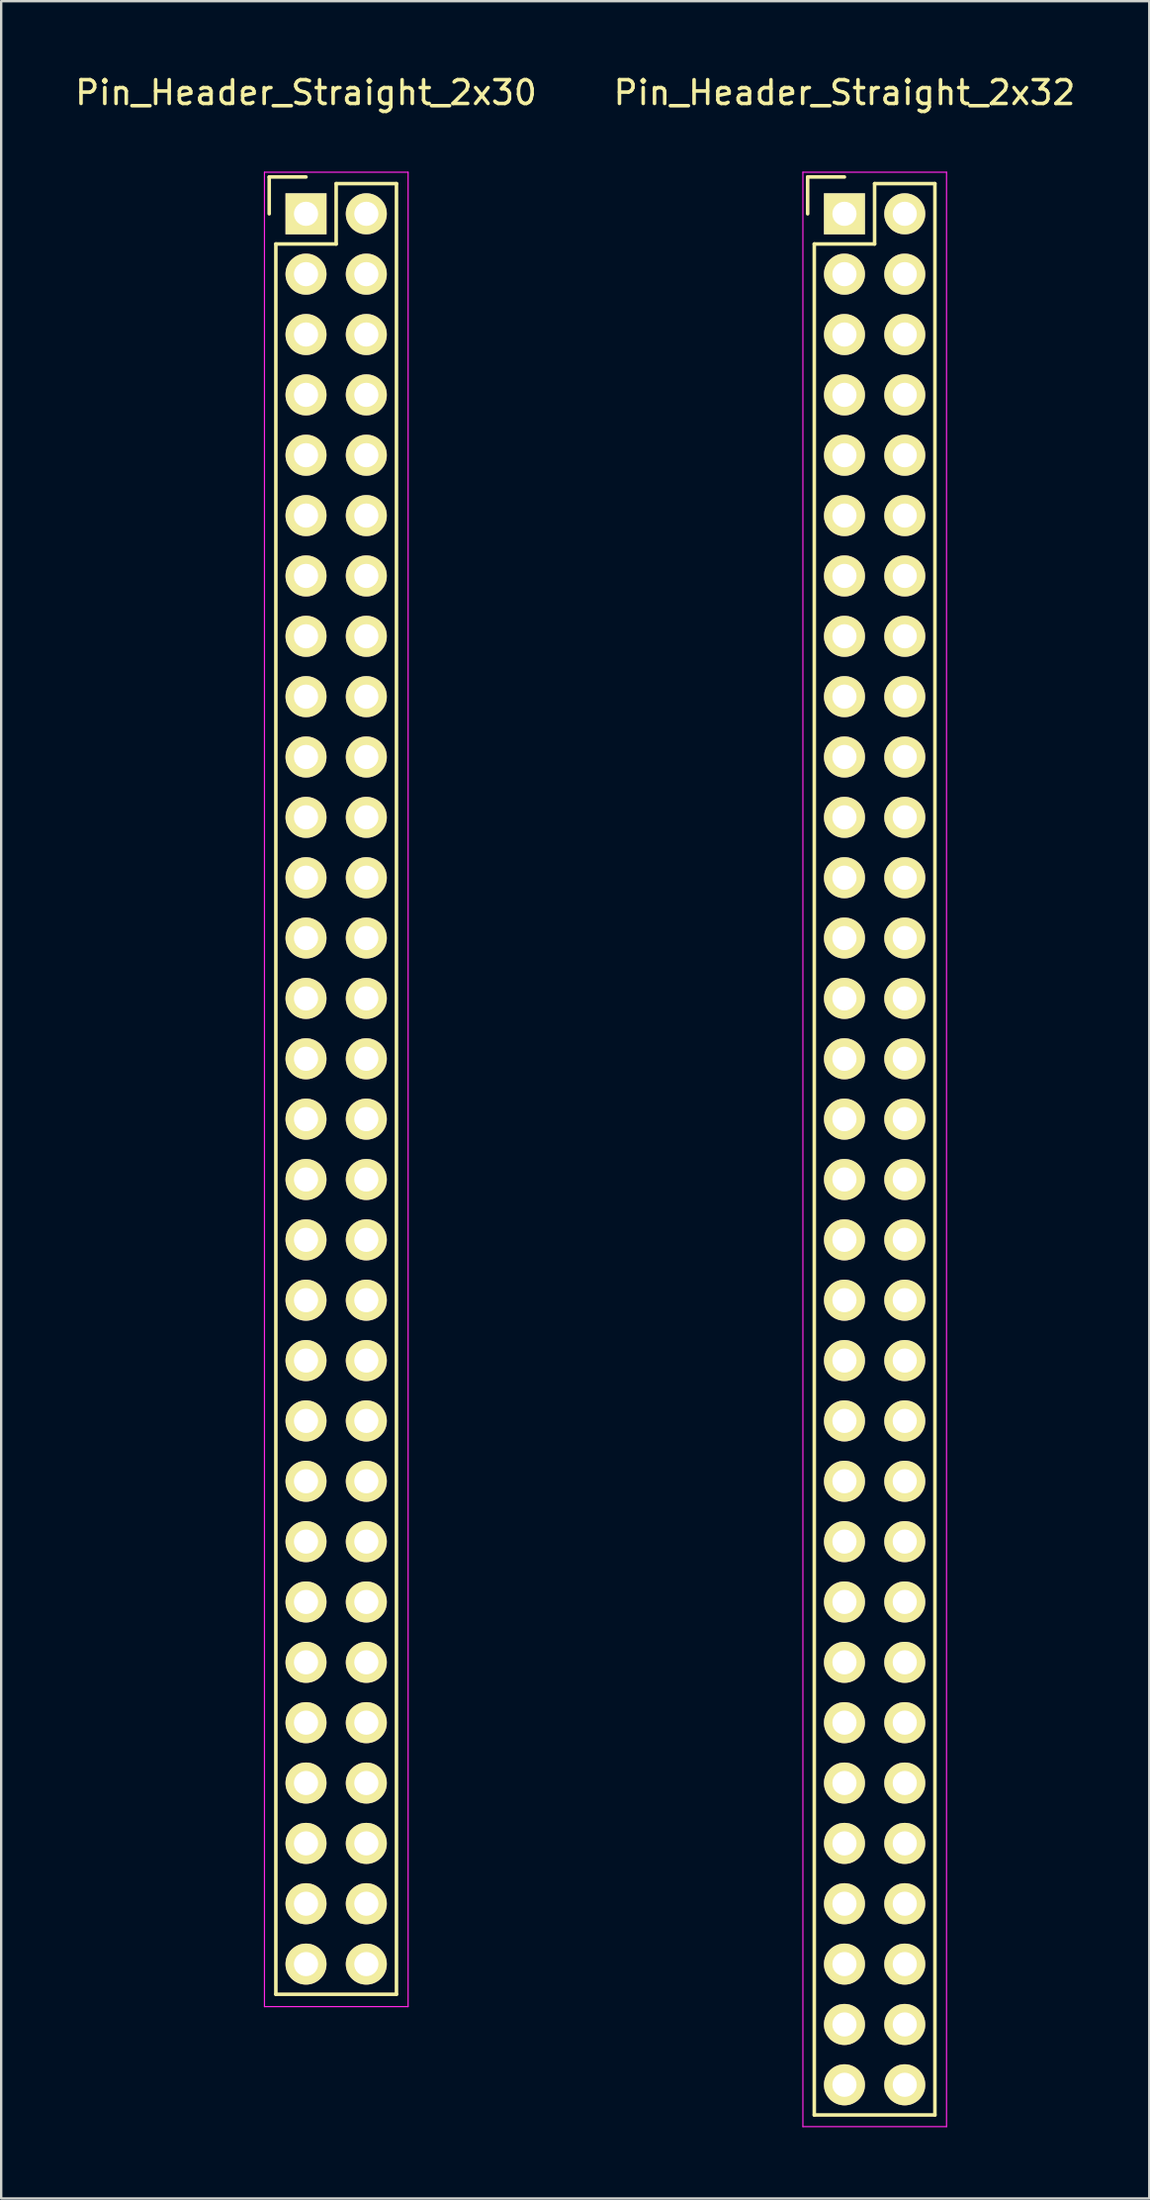
<source format=kicad_pcb>
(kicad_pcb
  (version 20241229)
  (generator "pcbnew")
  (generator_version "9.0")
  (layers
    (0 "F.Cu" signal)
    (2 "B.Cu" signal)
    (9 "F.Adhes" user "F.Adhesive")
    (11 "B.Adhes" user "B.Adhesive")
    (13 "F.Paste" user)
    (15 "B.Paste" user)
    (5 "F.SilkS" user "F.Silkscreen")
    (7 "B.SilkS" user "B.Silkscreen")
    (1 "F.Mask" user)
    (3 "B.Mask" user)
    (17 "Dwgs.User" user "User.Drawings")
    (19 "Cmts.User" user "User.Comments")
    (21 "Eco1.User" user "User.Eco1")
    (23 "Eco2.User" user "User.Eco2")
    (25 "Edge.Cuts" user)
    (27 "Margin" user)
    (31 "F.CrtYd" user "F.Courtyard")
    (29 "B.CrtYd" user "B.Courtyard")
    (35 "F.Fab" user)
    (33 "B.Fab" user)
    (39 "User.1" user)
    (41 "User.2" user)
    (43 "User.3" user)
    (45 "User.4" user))
  (footprint "Pin_Header_Straight_2x30"
    (layer "F.Cu")
    (at 9.839 5.948)
    (property "Reference" "Pin_Header_Straight_2x30" (at 0 -5.1 0) (layer "F.SilkS") (effects (font (size 1 1) (thickness 0.15))))
    (attr through_hole)
    (fp_line (start -1.55 -1.55) (end -1.55 0) (stroke (width 0.15) (type solid)) (layer "F.SilkS"))
    (fp_line (start -1.27 74.93) (end -1.27 1.27) (stroke (width 0.15) (type solid)) (layer "F.SilkS"))
    (fp_line (start 0 -1.55) (end -1.55 -1.55) (stroke (width 0.15) (type solid)) (layer "F.SilkS"))
    (fp_line (start 1.27 -1.27) (end 1.27 1.27) (stroke (width 0.15) (type solid)) (layer "F.SilkS"))
    (fp_line (start 1.27 1.27) (end -1.27 1.27) (stroke (width 0.15) (type solid)) (layer "F.SilkS"))
    (fp_line (start 3.81 -1.27) (end 1.27 -1.27) (stroke (width 0.15) (type solid)) (layer "F.SilkS"))
    (fp_line (start 3.81 -1.27) (end 3.81 74.93) (stroke (width 0.15) (type solid)) (layer "F.SilkS"))
    (fp_line (start 3.81 74.93) (end -1.27 74.93) (stroke (width 0.15) (type solid)) (layer "F.SilkS"))
    (fp_line (start -1.75 -1.75) (end -1.75 75.45) (stroke (width 0.05) (type solid)) (layer "F.CrtYd"))
    (fp_line (start -1.75 -1.75) (end 4.3 -1.75) (stroke (width 0.05) (type solid)) (layer "F.CrtYd"))
    (fp_line (start -1.75 75.45) (end 4.3 75.45) (stroke (width 0.05) (type solid)) (layer "F.CrtYd"))
    (fp_line (start 4.3 -1.75) (end 4.3 75.45) (stroke (width 0.05) (type solid)) (layer "F.CrtYd"))
    (pad "1" thru_hole rect (at 0 0) (size 1.727 1.727) (drill 1.016) (layers "*.Cu" "*.Mask" "F.SilkS"))
    (pad "2" thru_hole oval (at 2.54 0) (size 1.727 1.727) (drill 1.016) (layers "*.Cu" "*.Mask" "F.SilkS"))
    (pad "3" thru_hole oval (at 0 2.54) (size 1.727 1.727) (drill 1.016) (layers "*.Cu" "*.Mask" "F.SilkS"))
    (pad "4" thru_hole oval (at 2.54 2.54) (size 1.727 1.727) (drill 1.016) (layers "*.Cu" "*.Mask" "F.SilkS"))
    (pad "5" thru_hole oval (at 0 5.08) (size 1.727 1.727) (drill 1.016) (layers "*.Cu" "*.Mask" "F.SilkS"))
    (pad "6" thru_hole oval (at 2.54 5.08) (size 1.727 1.727) (drill 1.016) (layers "*.Cu" "*.Mask" "F.SilkS"))
    (pad "7" thru_hole oval (at 0 7.62) (size 1.727 1.727) (drill 1.016) (layers "*.Cu" "*.Mask" "F.SilkS"))
    (pad "8" thru_hole oval (at 2.54 7.62) (size 1.727 1.727) (drill 1.016) (layers "*.Cu" "*.Mask" "F.SilkS"))
    (pad "9" thru_hole oval (at 0 10.16) (size 1.727 1.727) (drill 1.016) (layers "*.Cu" "*.Mask" "F.SilkS"))
    (pad "10" thru_hole oval (at 2.54 10.16) (size 1.727 1.727) (drill 1.016) (layers "*.Cu" "*.Mask" "F.SilkS"))
    (pad "11" thru_hole oval (at 0 12.7) (size 1.727 1.727) (drill 1.016) (layers "*.Cu" "*.Mask" "F.SilkS"))
    (pad "12" thru_hole oval (at 2.54 12.7) (size 1.727 1.727) (drill 1.016) (layers "*.Cu" "*.Mask" "F.SilkS"))
    (pad "13" thru_hole oval (at 0 15.24) (size 1.727 1.727) (drill 1.016) (layers "*.Cu" "*.Mask" "F.SilkS"))
    (pad "14" thru_hole oval (at 2.54 15.24) (size 1.727 1.727) (drill 1.016) (layers "*.Cu" "*.Mask" "F.SilkS"))
    (pad "15" thru_hole oval (at 0 17.78) (size 1.727 1.727) (drill 1.016) (layers "*.Cu" "*.Mask" "F.SilkS"))
    (pad "16" thru_hole oval (at 2.54 17.78) (size 1.727 1.727) (drill 1.016) (layers "*.Cu" "*.Mask" "F.SilkS"))
    (pad "17" thru_hole oval (at 0 20.32) (size 1.727 1.727) (drill 1.016) (layers "*.Cu" "*.Mask" "F.SilkS"))
    (pad "18" thru_hole oval (at 2.54 20.32) (size 1.727 1.727) (drill 1.016) (layers "*.Cu" "*.Mask" "F.SilkS"))
    (pad "19" thru_hole oval (at 0 22.86) (size 1.727 1.727) (drill 1.016) (layers "*.Cu" "*.Mask" "F.SilkS"))
    (pad "20" thru_hole oval (at 2.54 22.86) (size 1.727 1.727) (drill 1.016) (layers "*.Cu" "*.Mask" "F.SilkS"))
    (pad "21" thru_hole oval (at 0 25.4) (size 1.727 1.727) (drill 1.016) (layers "*.Cu" "*.Mask" "F.SilkS"))
    (pad "22" thru_hole oval (at 2.54 25.4) (size 1.727 1.727) (drill 1.016) (layers "*.Cu" "*.Mask" "F.SilkS"))
    (pad "23" thru_hole oval (at 0 27.94) (size 1.727 1.727) (drill 1.016) (layers "*.Cu" "*.Mask" "F.SilkS"))
    (pad "24" thru_hole oval (at 2.54 27.94) (size 1.727 1.727) (drill 1.016) (layers "*.Cu" "*.Mask" "F.SilkS"))
    (pad "25" thru_hole oval (at 0 30.48) (size 1.727 1.727) (drill 1.016) (layers "*.Cu" "*.Mask" "F.SilkS"))
    (pad "26" thru_hole oval (at 2.54 30.48) (size 1.727 1.727) (drill 1.016) (layers "*.Cu" "*.Mask" "F.SilkS"))
    (pad "27" thru_hole oval (at 0 33.02) (size 1.727 1.727) (drill 1.016) (layers "*.Cu" "*.Mask" "F.SilkS"))
    (pad "28" thru_hole oval (at 2.54 33.02) (size 1.727 1.727) (drill 1.016) (layers "*.Cu" "*.Mask" "F.SilkS"))
    (pad "29" thru_hole oval (at 0 35.56) (size 1.727 1.727) (drill 1.016) (layers "*.Cu" "*.Mask" "F.SilkS"))
    (pad "30" thru_hole oval (at 2.54 35.56) (size 1.727 1.727) (drill 1.016) (layers "*.Cu" "*.Mask" "F.SilkS"))
    (pad "31" thru_hole oval (at 0 38.1) (size 1.727 1.727) (drill 1.016) (layers "*.Cu" "*.Mask" "F.SilkS"))
    (pad "32" thru_hole oval (at 2.54 38.1) (size 1.727 1.727) (drill 1.016) (layers "*.Cu" "*.Mask" "F.SilkS"))
    (pad "33" thru_hole oval (at 0 40.64) (size 1.727 1.727) (drill 1.016) (layers "*.Cu" "*.Mask" "F.SilkS"))
    (pad "34" thru_hole oval (at 2.54 40.64) (size 1.727 1.727) (drill 1.016) (layers "*.Cu" "*.Mask" "F.SilkS"))
    (pad "35" thru_hole oval (at 0 43.18) (size 1.727 1.727) (drill 1.016) (layers "*.Cu" "*.Mask" "F.SilkS"))
    (pad "36" thru_hole oval (at 2.54 43.18) (size 1.727 1.727) (drill 1.016) (layers "*.Cu" "*.Mask" "F.SilkS"))
    (pad "37" thru_hole oval (at 0 45.72) (size 1.727 1.727) (drill 1.016) (layers "*.Cu" "*.Mask" "F.SilkS"))
    (pad "38" thru_hole oval (at 2.54 45.72) (size 1.727 1.727) (drill 1.016) (layers "*.Cu" "*.Mask" "F.SilkS"))
    (pad "39" thru_hole oval (at 0 48.26) (size 1.727 1.727) (drill 1.016) (layers "*.Cu" "*.Mask" "F.SilkS"))
    (pad "40" thru_hole oval (at 2.54 48.26) (size 1.727 1.727) (drill 1.016) (layers "*.Cu" "*.Mask" "F.SilkS"))
    (pad "41" thru_hole oval (at 0 50.8) (size 1.727 1.727) (drill 1.016) (layers "*.Cu" "*.Mask" "F.SilkS"))
    (pad "42" thru_hole oval (at 2.54 50.8) (size 1.727 1.727) (drill 1.016) (layers "*.Cu" "*.Mask" "F.SilkS"))
    (pad "43" thru_hole oval (at 0 53.34) (size 1.727 1.727) (drill 1.016) (layers "*.Cu" "*.Mask" "F.SilkS"))
    (pad "44" thru_hole oval (at 2.54 53.34) (size 1.727 1.727) (drill 1.016) (layers "*.Cu" "*.Mask" "F.SilkS"))
    (pad "45" thru_hole oval (at 0 55.88) (size 1.727 1.727) (drill 1.016) (layers "*.Cu" "*.Mask" "F.SilkS"))
    (pad "46" thru_hole oval (at 2.54 55.88) (size 1.727 1.727) (drill 1.016) (layers "*.Cu" "*.Mask" "F.SilkS"))
    (pad "47" thru_hole oval (at 0 58.42) (size 1.727 1.727) (drill 1.016) (layers "*.Cu" "*.Mask" "F.SilkS"))
    (pad "48" thru_hole oval (at 2.54 58.42) (size 1.727 1.727) (drill 1.016) (layers "*.Cu" "*.Mask" "F.SilkS"))
    (pad "49" thru_hole oval (at 0 60.96) (size 1.727 1.727) (drill 1.016) (layers "*.Cu" "*.Mask" "F.SilkS"))
    (pad "50" thru_hole oval (at 2.54 60.96) (size 1.727 1.727) (drill 1.016) (layers "*.Cu" "*.Mask" "F.SilkS"))
    (pad "51" thru_hole oval (at 0 63.5) (size 1.727 1.727) (drill 1.016) (layers "*.Cu" "*.Mask" "F.SilkS"))
    (pad "52" thru_hole oval (at 2.54 63.5) (size 1.727 1.727) (drill 1.016) (layers "*.Cu" "*.Mask" "F.SilkS"))
    (pad "53" thru_hole oval (at 0 66.04) (size 1.727 1.727) (drill 1.016) (layers "*.Cu" "*.Mask" "F.SilkS"))
    (pad "54" thru_hole oval (at 2.54 66.04) (size 1.727 1.727) (drill 1.016) (layers "*.Cu" "*.Mask" "F.SilkS"))
    (pad "55" thru_hole oval (at 0 68.58) (size 1.727 1.727) (drill 1.016) (layers "*.Cu" "*.Mask" "F.SilkS"))
    (pad "56" thru_hole oval (at 2.54 68.58) (size 1.727 1.727) (drill 1.016) (layers "*.Cu" "*.Mask" "F.SilkS"))
    (pad "57" thru_hole oval (at 0 71.12) (size 1.727 1.727) (drill 1.016) (layers "*.Cu" "*.Mask" "F.SilkS"))
    (pad "58" thru_hole oval (at 2.54 71.12) (size 1.727 1.727) (drill 1.016) (layers "*.Cu" "*.Mask" "F.SilkS"))
    (pad "59" thru_hole oval (at 0 73.66) (size 1.727 1.727) (drill 1.016) (layers "*.Cu" "*.Mask" "F.SilkS"))
    (pad "60" thru_hole oval (at 2.54 73.66) (size 1.727 1.727) (drill 1.016) (layers "*.Cu" "*.Mask" "F.SilkS")))
  (footprint "Pin_Header_Straight_2x32"
    (layer "F.Cu")
    (at 32.518 5.948)
    (property "Reference" "Pin_Header_Straight_2x32" (at 0 -5.1 0) (layer "F.SilkS") (effects (font (size 1 1) (thickness 0.15))))
    (attr through_hole)
    (fp_line (start -1.55 -1.55) (end -1.55 0) (stroke (width 0.15) (type solid)) (layer "F.SilkS"))
    (fp_line (start -1.27 1.27) (end -1.27 80.01) (stroke (width 0.15) (type solid)) (layer "F.SilkS"))
    (fp_line (start 0 -1.55) (end -1.55 -1.55) (stroke (width 0.15) (type solid)) (layer "F.SilkS"))
    (fp_line (start 1.27 -1.27) (end 1.27 1.27) (stroke (width 0.15) (type solid)) (layer "F.SilkS"))
    (fp_line (start 1.27 1.27) (end -1.27 1.27) (stroke (width 0.15) (type solid)) (layer "F.SilkS"))
    (fp_line (start 3.81 -1.27) (end 1.27 -1.27) (stroke (width 0.15) (type solid)) (layer "F.SilkS"))
    (fp_line (start 3.81 80.01) (end -1.27 80.01) (stroke (width 0.15) (type solid)) (layer "F.SilkS"))
    (fp_line (start 3.81 80.01) (end 3.81 -1.27) (stroke (width 0.15) (type solid)) (layer "F.SilkS"))
    (fp_line (start -1.75 -1.75) (end -1.75 80.5) (stroke (width 0.05) (type solid)) (layer "F.CrtYd"))
    (fp_line (start -1.75 -1.75) (end 4.3 -1.75) (stroke (width 0.05) (type solid)) (layer "F.CrtYd"))
    (fp_line (start -1.75 80.5) (end 4.3 80.5) (stroke (width 0.05) (type solid)) (layer "F.CrtYd"))
    (fp_line (start 4.3 -1.75) (end 4.3 80.5) (stroke (width 0.05) (type solid)) (layer "F.CrtYd"))
    (pad "1" thru_hole rect (at 0 0) (size 1.727 1.727) (drill 1.016) (layers "*.Cu" "*.Mask" "F.SilkS"))
    (pad "2" thru_hole oval (at 2.54 0) (size 1.727 1.727) (drill 1.016) (layers "*.Cu" "*.Mask" "F.SilkS"))
    (pad "3" thru_hole oval (at 0 2.54) (size 1.727 1.727) (drill 1.016) (layers "*.Cu" "*.Mask" "F.SilkS"))
    (pad "4" thru_hole oval (at 2.54 2.54) (size 1.727 1.727) (drill 1.016) (layers "*.Cu" "*.Mask" "F.SilkS"))
    (pad "5" thru_hole oval (at 0 5.08) (size 1.727 1.727) (drill 1.016) (layers "*.Cu" "*.Mask" "F.SilkS"))
    (pad "6" thru_hole oval (at 2.54 5.08) (size 1.727 1.727) (drill 1.016) (layers "*.Cu" "*.Mask" "F.SilkS"))
    (pad "7" thru_hole oval (at 0 7.62) (size 1.727 1.727) (drill 1.016) (layers "*.Cu" "*.Mask" "F.SilkS"))
    (pad "8" thru_hole oval (at 2.54 7.62) (size 1.727 1.727) (drill 1.016) (layers "*.Cu" "*.Mask" "F.SilkS"))
    (pad "9" thru_hole oval (at 0 10.16) (size 1.727 1.727) (drill 1.016) (layers "*.Cu" "*.Mask" "F.SilkS"))
    (pad "10" thru_hole oval (at 2.54 10.16) (size 1.727 1.727) (drill 1.016) (layers "*.Cu" "*.Mask" "F.SilkS"))
    (pad "11" thru_hole oval (at 0 12.7) (size 1.727 1.727) (drill 1.016) (layers "*.Cu" "*.Mask" "F.SilkS"))
    (pad "12" thru_hole oval (at 2.54 12.7) (size 1.727 1.727) (drill 1.016) (layers "*.Cu" "*.Mask" "F.SilkS"))
    (pad "13" thru_hole oval (at 0 15.24) (size 1.727 1.727) (drill 1.016) (layers "*.Cu" "*.Mask" "F.SilkS"))
    (pad "14" thru_hole oval (at 2.54 15.24) (size 1.727 1.727) (drill 1.016) (layers "*.Cu" "*.Mask" "F.SilkS"))
    (pad "15" thru_hole oval (at 0 17.78) (size 1.727 1.727) (drill 1.016) (layers "*.Cu" "*.Mask" "F.SilkS"))
    (pad "16" thru_hole oval (at 2.54 17.78) (size 1.727 1.727) (drill 1.016) (layers "*.Cu" "*.Mask" "F.SilkS"))
    (pad "17" thru_hole oval (at 0 20.32) (size 1.727 1.727) (drill 1.016) (layers "*.Cu" "*.Mask" "F.SilkS"))
    (pad "18" thru_hole oval (at 2.54 20.32) (size 1.727 1.727) (drill 1.016) (layers "*.Cu" "*.Mask" "F.SilkS"))
    (pad "19" thru_hole oval (at 0 22.86) (size 1.727 1.727) (drill 1.016) (layers "*.Cu" "*.Mask" "F.SilkS"))
    (pad "20" thru_hole oval (at 2.54 22.86) (size 1.727 1.727) (drill 1.016) (layers "*.Cu" "*.Mask" "F.SilkS"))
    (pad "21" thru_hole oval (at 0 25.4) (size 1.727 1.727) (drill 1.016) (layers "*.Cu" "*.Mask" "F.SilkS"))
    (pad "22" thru_hole oval (at 2.54 25.4) (size 1.727 1.727) (drill 1.016) (layers "*.Cu" "*.Mask" "F.SilkS"))
    (pad "23" thru_hole oval (at 0 27.94) (size 1.727 1.727) (drill 1.016) (layers "*.Cu" "*.Mask" "F.SilkS"))
    (pad "24" thru_hole oval (at 2.54 27.94) (size 1.727 1.727) (drill 1.016) (layers "*.Cu" "*.Mask" "F.SilkS"))
    (pad "25" thru_hole oval (at 0 30.48) (size 1.727 1.727) (drill 1.016) (layers "*.Cu" "*.Mask" "F.SilkS"))
    (pad "26" thru_hole oval (at 2.54 30.48) (size 1.727 1.727) (drill 1.016) (layers "*.Cu" "*.Mask" "F.SilkS"))
    (pad "27" thru_hole oval (at 0 33.02) (size 1.727 1.727) (drill 1.016) (layers "*.Cu" "*.Mask" "F.SilkS"))
    (pad "28" thru_hole oval (at 2.54 33.02) (size 1.727 1.727) (drill 1.016) (layers "*.Cu" "*.Mask" "F.SilkS"))
    (pad "29" thru_hole oval (at 0 35.56) (size 1.727 1.727) (drill 1.016) (layers "*.Cu" "*.Mask" "F.SilkS"))
    (pad "30" thru_hole oval (at 2.54 35.56) (size 1.727 1.727) (drill 1.016) (layers "*.Cu" "*.Mask" "F.SilkS"))
    (pad "31" thru_hole oval (at 0 38.1) (size 1.727 1.727) (drill 1.016) (layers "*.Cu" "*.Mask" "F.SilkS"))
    (pad "32" thru_hole oval (at 2.54 38.1) (size 1.727 1.727) (drill 1.016) (layers "*.Cu" "*.Mask" "F.SilkS"))
    (pad "33" thru_hole oval (at 0 40.64) (size 1.727 1.727) (drill 1.016) (layers "*.Cu" "*.Mask" "F.SilkS"))
    (pad "34" thru_hole oval (at 2.54 40.64) (size 1.727 1.727) (drill 1.016) (layers "*.Cu" "*.Mask" "F.SilkS"))
    (pad "35" thru_hole oval (at 0 43.18) (size 1.727 1.727) (drill 1.016) (layers "*.Cu" "*.Mask" "F.SilkS"))
    (pad "36" thru_hole oval (at 2.54 43.18) (size 1.727 1.727) (drill 1.016) (layers "*.Cu" "*.Mask" "F.SilkS"))
    (pad "37" thru_hole oval (at 0 45.72) (size 1.727 1.727) (drill 1.016) (layers "*.Cu" "*.Mask" "F.SilkS"))
    (pad "38" thru_hole oval (at 2.54 45.72) (size 1.727 1.727) (drill 1.016) (layers "*.Cu" "*.Mask" "F.SilkS"))
    (pad "39" thru_hole oval (at 0 48.26) (size 1.727 1.727) (drill 1.016) (layers "*.Cu" "*.Mask" "F.SilkS"))
    (pad "40" thru_hole oval (at 2.54 48.26) (size 1.727 1.727) (drill 1.016) (layers "*.Cu" "*.Mask" "F.SilkS"))
    (pad "41" thru_hole oval (at 0 50.8) (size 1.727 1.727) (drill 1.016) (layers "*.Cu" "*.Mask" "F.SilkS"))
    (pad "42" thru_hole oval (at 2.54 50.8) (size 1.727 1.727) (drill 1.016) (layers "*.Cu" "*.Mask" "F.SilkS"))
    (pad "43" thru_hole oval (at 0 53.34) (size 1.727 1.727) (drill 1.016) (layers "*.Cu" "*.Mask" "F.SilkS"))
    (pad "44" thru_hole oval (at 2.54 53.34) (size 1.727 1.727) (drill 1.016) (layers "*.Cu" "*.Mask" "F.SilkS"))
    (pad "45" thru_hole oval (at 0 55.88) (size 1.727 1.727) (drill 1.016) (layers "*.Cu" "*.Mask" "F.SilkS"))
    (pad "46" thru_hole oval (at 2.54 55.88) (size 1.727 1.727) (drill 1.016) (layers "*.Cu" "*.Mask" "F.SilkS"))
    (pad "47" thru_hole oval (at 0 58.42) (size 1.727 1.727) (drill 1.016) (layers "*.Cu" "*.Mask" "F.SilkS"))
    (pad "48" thru_hole oval (at 2.54 58.42) (size 1.727 1.727) (drill 1.016) (layers "*.Cu" "*.Mask" "F.SilkS"))
    (pad "49" thru_hole oval (at 0 60.96) (size 1.727 1.727) (drill 1.016) (layers "*.Cu" "*.Mask" "F.SilkS"))
    (pad "50" thru_hole oval (at 2.54 60.96) (size 1.727 1.727) (drill 1.016) (layers "*.Cu" "*.Mask" "F.SilkS"))
    (pad "51" thru_hole oval (at 0 63.5) (size 1.727 1.727) (drill 1.016) (layers "*.Cu" "*.Mask" "F.SilkS"))
    (pad "52" thru_hole oval (at 2.54 63.5) (size 1.727 1.727) (drill 1.016) (layers "*.Cu" "*.Mask" "F.SilkS"))
    (pad "53" thru_hole oval (at 0 66.04) (size 1.727 1.727) (drill 1.016) (layers "*.Cu" "*.Mask" "F.SilkS"))
    (pad "54" thru_hole oval (at 2.54 66.04) (size 1.727 1.727) (drill 1.016) (layers "*.Cu" "*.Mask" "F.SilkS"))
    (pad "55" thru_hole oval (at 0 68.58) (size 1.727 1.727) (drill 1.016) (layers "*.Cu" "*.Mask" "F.SilkS"))
    (pad "56" thru_hole oval (at 2.54 68.58) (size 1.727 1.727) (drill 1.016) (layers "*.Cu" "*.Mask" "F.SilkS"))
    (pad "57" thru_hole oval (at 0 71.12) (size 1.727 1.727) (drill 1.016) (layers "*.Cu" "*.Mask" "F.SilkS"))
    (pad "58" thru_hole oval (at 2.54 71.12) (size 1.727 1.727) (drill 1.016) (layers "*.Cu" "*.Mask" "F.SilkS"))
    (pad "59" thru_hole oval (at 0 73.66) (size 1.727 1.727) (drill 1.016) (layers "*.Cu" "*.Mask" "F.SilkS"))
    (pad "60" thru_hole oval (at 2.54 73.66) (size 1.727 1.727) (drill 1.016) (layers "*.Cu" "*.Mask" "F.SilkS"))
    (pad "61" thru_hole oval (at 0 76.2) (size 1.727 1.727) (drill 1.016) (layers "*.Cu" "*.Mask" "F.SilkS"))
    (pad "62" thru_hole oval (at 2.54 76.2) (size 1.727 1.727) (drill 1.016) (layers "*.Cu" "*.Mask" "F.SilkS"))
    (pad "63" thru_hole oval (at 0 78.74) (size 1.727 1.727) (drill 1.016) (layers "*.Cu" "*.Mask" "F.SilkS"))
    (pad "64" thru_hole oval (at 2.54 78.74) (size 1.727 1.727) (drill 1.016) (layers "*.Cu" "*.Mask" "F.SilkS")))
  (gr_rect
    (start -3 -3)
    (end 45.357 89.473)
    (stroke (width 0.1) (type default))
    (fill no)
    (layer "Edge.Cuts")))
</source>
